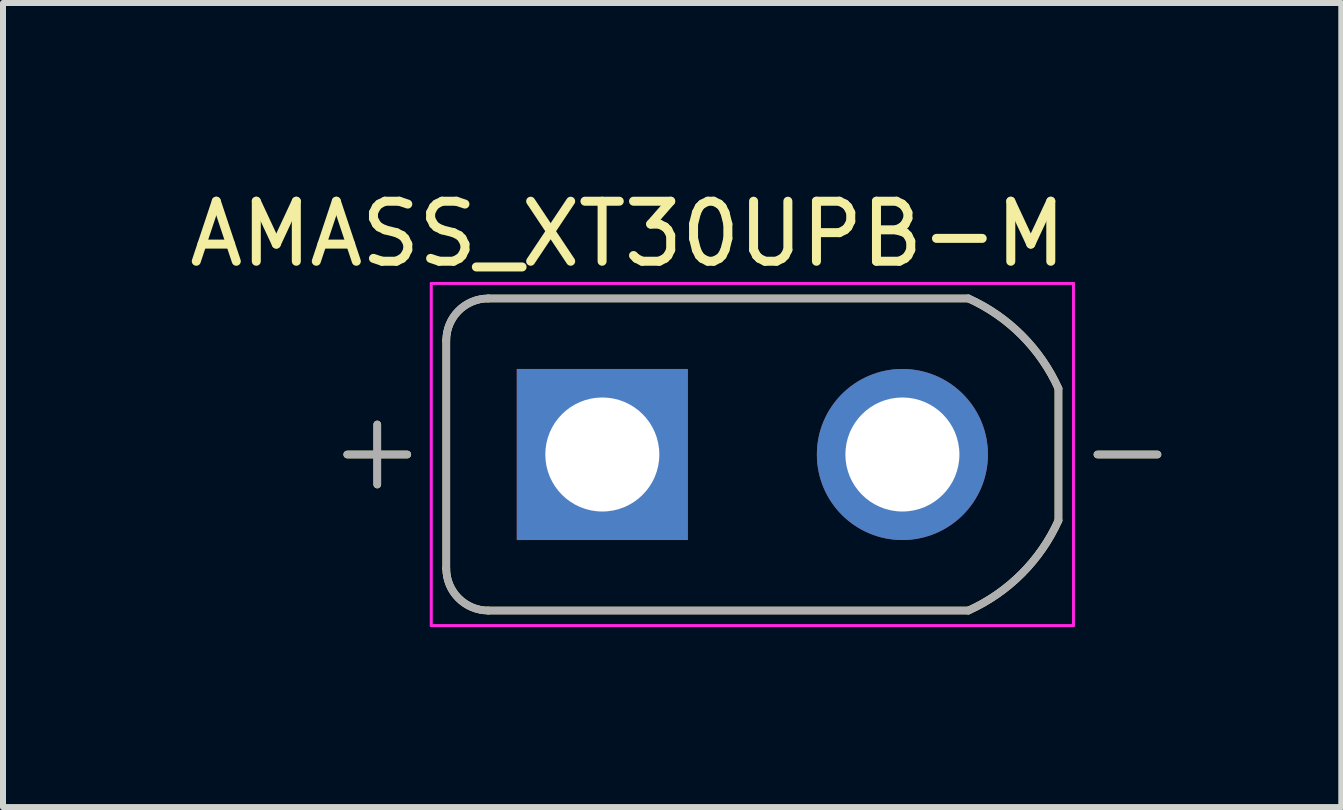
<source format=kicad_pcb>
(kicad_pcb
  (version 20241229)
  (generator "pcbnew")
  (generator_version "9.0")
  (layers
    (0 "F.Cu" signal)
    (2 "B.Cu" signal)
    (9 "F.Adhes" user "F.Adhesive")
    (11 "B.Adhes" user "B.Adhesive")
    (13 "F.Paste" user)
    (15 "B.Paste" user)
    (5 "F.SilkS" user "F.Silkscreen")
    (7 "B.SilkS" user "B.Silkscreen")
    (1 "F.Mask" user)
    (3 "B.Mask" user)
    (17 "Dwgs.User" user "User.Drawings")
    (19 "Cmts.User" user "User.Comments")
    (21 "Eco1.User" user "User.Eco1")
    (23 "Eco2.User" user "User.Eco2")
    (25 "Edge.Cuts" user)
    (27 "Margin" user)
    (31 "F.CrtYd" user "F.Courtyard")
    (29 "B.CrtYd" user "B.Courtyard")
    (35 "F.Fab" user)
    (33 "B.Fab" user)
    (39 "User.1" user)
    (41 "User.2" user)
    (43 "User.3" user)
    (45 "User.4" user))
  (footprint "AMASS_XT30UPB-M"
    (layer "F.Cu")
    (at 9.486 4.523)
    (property "Reference" "AMASS_XT30UPB-M" (at -2.075 -3.675 0) (layer "F.SilkS") (effects (font (size 1 1) (thickness 0.15))))
    (attr through_hole)
    (fp_line (start -6.25 0.5) (end -6.25 -0.5) (stroke (width 0.127) (type solid)) (layer "F.SilkS"))
    (fp_line (start -5.75 0) (end -6.75 0) (stroke (width 0.127) (type solid)) (layer "F.SilkS"))
    (fp_line (start -5.1 -1.9) (end -5.1 1.9) (stroke (width 0.127) (type solid)) (layer "F.SilkS"))
    (fp_line (start -4.4 2.6) (end 3.6 2.6) (stroke (width 0.127) (type solid)) (layer "F.SilkS"))
    (fp_line (start 3.6 -2.6) (end -4.4 -2.6) (stroke (width 0.127) (type solid)) (layer "F.SilkS"))
    (fp_line (start 5.1 1.1) (end 5.1 -1.1) (stroke (width 0.127) (type solid)) (layer "F.SilkS"))
    (fp_line (start 5.75 0) (end 6.75 0) (stroke (width 0.127) (type solid)) (layer "F.SilkS"))
    (fp_arc (start -5.1 -1.9) (mid -4.894975 -2.394975) (end -4.4 -2.6) (stroke (width 0.127) (type solid)) (layer "F.SilkS"))
    (fp_arc (start -4.4 2.6) (mid -4.894975 2.394975) (end -5.1 1.9) (stroke (width 0.127) (type solid)) (layer "F.SilkS"))
    (fp_arc (start 3.6 -2.6) (mid 4.487008 -1.987008) (end 5.1 -1.1) (stroke (width 0.127) (type solid)) (layer "F.SilkS"))
    (fp_arc (start 5.1 1.1) (mid 4.487008 1.987008) (end 3.6 2.6) (stroke (width 0.127) (type solid)) (layer "F.SilkS"))
    (fp_line (start -5.35 -2.85) (end 5.35 -2.85) (stroke (width 0.05) (type solid)) (layer "F.CrtYd"))
    (fp_line (start -5.35 2.85) (end -5.35 -2.85) (stroke (width 0.05) (type solid)) (layer "F.CrtYd"))
    (fp_line (start 5.35 -2.85) (end 5.35 2.85) (stroke (width 0.05) (type solid)) (layer "F.CrtYd"))
    (fp_line (start 5.35 2.85) (end -5.35 2.85) (stroke (width 0.05) (type solid)) (layer "F.CrtYd"))
    (fp_line (start -6.25 0.5) (end -6.25 -0.5) (stroke (width 0.127) (type solid)) (layer "F.Fab"))
    (fp_line (start -5.75 0) (end -6.75 0) (stroke (width 0.127) (type solid)) (layer "F.Fab"))
    (fp_line (start -5.1 -1.9) (end -5.1 1.9) (stroke (width 0.127) (type solid)) (layer "F.Fab"))
    (fp_line (start -4.4 2.6) (end 3.6 2.6) (stroke (width 0.127) (type solid)) (layer "F.Fab"))
    (fp_line (start 3.6 -2.6) (end -4.4 -2.6) (stroke (width 0.127) (type solid)) (layer "F.Fab"))
    (fp_line (start 5.1 1.1) (end 5.1 -1.1) (stroke (width 0.127) (type solid)) (layer "F.Fab"))
    (fp_line (start 6.75 0) (end 5.75 0) (stroke (width 0.127) (type solid)) (layer "F.Fab"))
    (fp_arc (start -5.1 -1.9) (mid -4.894975 -2.394975) (end -4.4 -2.6) (stroke (width 0.127) (type solid)) (layer "F.Fab"))
    (fp_arc (start -4.4 2.6) (mid -4.894975 2.394975) (end -5.1 1.9) (stroke (width 0.127) (type solid)) (layer "F.Fab"))
    (fp_arc (start 3.6 -2.6) (mid 4.487008 -1.987008) (end 5.1 -1.1) (stroke (width 0.127) (type solid)) (layer "F.Fab"))
    (fp_arc (start 5.1 1.1) (mid 4.487008 1.987008) (end 3.6 2.6) (stroke (width 0.127) (type solid)) (layer "F.Fab"))
    (pad "N" thru_hole circle (at 2.5 0) (size 2.85 2.85) (drill 1.9) (layers "*.Cu" "*.Mask"))
    (pad "P" thru_hole rect (at -2.5 0) (size 2.85 2.85) (drill 1.9) (layers "*.Cu" "*.Mask")))
  (gr_rect
    (start -3 -3)
    (end 19.299 10.398)
    (stroke (width 0.1) (type default))
    (fill no)
    (layer "Edge.Cuts")))
</source>
